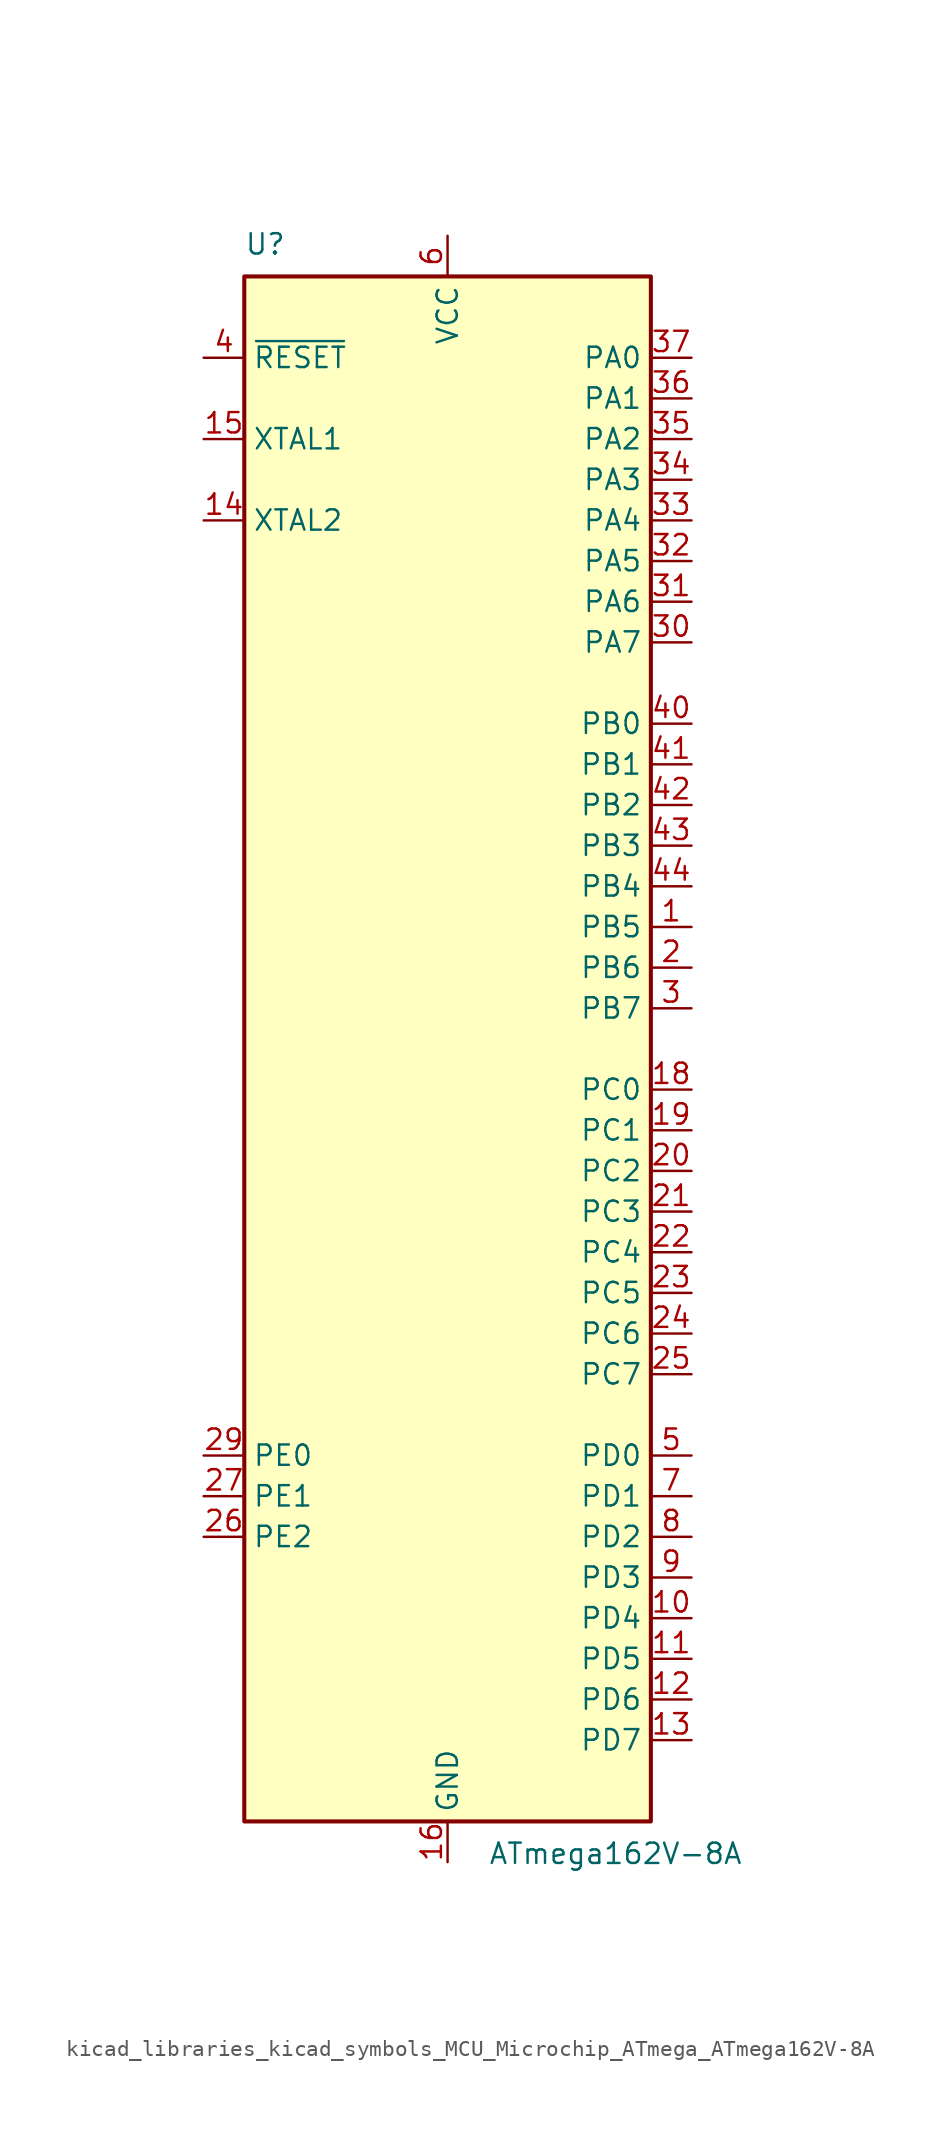
<source format=kicad_sym>
(kicad_symbol_lib
  (version 20220914)
  (generator kicad_symbol_editor)
  (symbol "kicad_libraries_kicad_symbols_MCU_Microchip_ATmega_ATmega162V-8A"
    (property "Reference" "U"
      (at -12.7 49.53 0)
      (effects (font (size 1.27 1.27)) (justify left bottom)))
    (property "Value" "ATmega162V-8A"
      (at 2.54 -49.53 0)
      (effects (font (size 1.27 1.27)) (justify left top)))
    (symbol "kicad_libraries_kicad_symbols_MCU_Microchip_ATmega_ATmega162V-8A_0_1"
      (rectangle (start -12.7 -48.26) (end 12.7 48.26) (stroke (width 0.254) (type default)) (fill (type background))))
    (symbol "kicad_libraries_kicad_symbols_MCU_Microchip_ATmega_ATmega162V-8A_1_1"
      (pin bidirectional line (at 15.24 7.62 180) (length 2.54) (name "PB5" (effects (font (size 1.27 1.27)))) (number "1" (effects (font (size 1.27 1.27)))))
      (pin bidirectional line (at 15.24 -35.56 180) (length 2.54) (name "PD4" (effects (font (size 1.27 1.27)))) (number "10" (effects (font (size 1.27 1.27)))))
      (pin bidirectional line (at 15.24 -38.1 180) (length 2.54) (name "PD5" (effects (font (size 1.27 1.27)))) (number "11" (effects (font (size 1.27 1.27)))))
      (pin bidirectional line (at 15.24 -40.64 180) (length 2.54) (name "PD6" (effects (font (size 1.27 1.27)))) (number "12" (effects (font (size 1.27 1.27)))))
      (pin bidirectional line (at 15.24 -43.18 180) (length 2.54) (name "PD7" (effects (font (size 1.27 1.27)))) (number "13" (effects (font (size 1.27 1.27)))))
      (pin output line (at -15.24 33.02 0) (length 2.54) (name "XTAL2" (effects (font (size 1.27 1.27)))) (number "14" (effects (font (size 1.27 1.27)))))
      (pin input line (at -15.24 38.1 0) (length 2.54) (name "XTAL1" (effects (font (size 1.27 1.27)))) (number "15" (effects (font (size 1.27 1.27)))))
      (pin power_in line (at 0 -50.8 90) (length 2.54) (name "GND" (effects (font (size 1.27 1.27)))) (number "16" (effects (font (size 1.27 1.27)))))
      (pin passive line (at 0 50.8 270) (length 2.54) hide (name "VCC" (effects (font (size 1.27 1.27)))) (number "17" (effects (font (size 1.27 1.27)))))
      (pin bidirectional line (at 15.24 -2.54 180) (length 2.54) (name "PC0" (effects (font (size 1.27 1.27)))) (number "18" (effects (font (size 1.27 1.27)))))
      (pin bidirectional line (at 15.24 -5.08 180) (length 2.54) (name "PC1" (effects (font (size 1.27 1.27)))) (number "19" (effects (font (size 1.27 1.27)))))
      (pin bidirectional line (at 15.24 5.08 180) (length 2.54) (name "PB6" (effects (font (size 1.27 1.27)))) (number "2" (effects (font (size 1.27 1.27)))))
      (pin bidirectional line (at 15.24 -7.62 180) (length 2.54) (name "PC2" (effects (font (size 1.27 1.27)))) (number "20" (effects (font (size 1.27 1.27)))))
      (pin bidirectional line (at 15.24 -10.16 180) (length 2.54) (name "PC3" (effects (font (size 1.27 1.27)))) (number "21" (effects (font (size 1.27 1.27)))))
      (pin bidirectional line (at 15.24 -12.7 180) (length 2.54) (name "PC4" (effects (font (size 1.27 1.27)))) (number "22" (effects (font (size 1.27 1.27)))))
      (pin bidirectional line (at 15.24 -15.24 180) (length 2.54) (name "PC5" (effects (font (size 1.27 1.27)))) (number "23" (effects (font (size 1.27 1.27)))))
      (pin bidirectional line (at 15.24 -17.78 180) (length 2.54) (name "PC6" (effects (font (size 1.27 1.27)))) (number "24" (effects (font (size 1.27 1.27)))))
      (pin bidirectional line (at 15.24 -20.32 180) (length 2.54) (name "PC7" (effects (font (size 1.27 1.27)))) (number "25" (effects (font (size 1.27 1.27)))))
      (pin bidirectional line (at -15.24 -30.48 0) (length 2.54) (name "PE2" (effects (font (size 1.27 1.27)))) (number "26" (effects (font (size 1.27 1.27)))))
      (pin bidirectional line (at -15.24 -27.94 0) (length 2.54) (name "PE1" (effects (font (size 1.27 1.27)))) (number "27" (effects (font (size 1.27 1.27)))))
      (pin passive line (at 0 -50.8 90) (length 2.54) hide (name "GND" (effects (font (size 1.27 1.27)))) (number "28" (effects (font (size 1.27 1.27)))))
      (pin bidirectional line (at -15.24 -25.4 0) (length 2.54) (name "PE0" (effects (font (size 1.27 1.27)))) (number "29" (effects (font (size 1.27 1.27)))))
      (pin bidirectional line (at 15.24 2.54 180) (length 2.54) (name "PB7" (effects (font (size 1.27 1.27)))) (number "3" (effects (font (size 1.27 1.27)))))
      (pin bidirectional line (at 15.24 25.4 180) (length 2.54) (name "PA7" (effects (font (size 1.27 1.27)))) (number "30" (effects (font (size 1.27 1.27)))))
      (pin bidirectional line (at 15.24 27.94 180) (length 2.54) (name "PA6" (effects (font (size 1.27 1.27)))) (number "31" (effects (font (size 1.27 1.27)))))
      (pin bidirectional line (at 15.24 30.48 180) (length 2.54) (name "PA5" (effects (font (size 1.27 1.27)))) (number "32" (effects (font (size 1.27 1.27)))))
      (pin bidirectional line (at 15.24 33.02 180) (length 2.54) (name "PA4" (effects (font (size 1.27 1.27)))) (number "33" (effects (font (size 1.27 1.27)))))
      (pin bidirectional line (at 15.24 35.56 180) (length 2.54) (name "PA3" (effects (font (size 1.27 1.27)))) (number "34" (effects (font (size 1.27 1.27)))))
      (pin bidirectional line (at 15.24 38.1 180) (length 2.54) (name "PA2" (effects (font (size 1.27 1.27)))) (number "35" (effects (font (size 1.27 1.27)))))
      (pin bidirectional line (at 15.24 40.64 180) (length 2.54) (name "PA1" (effects (font (size 1.27 1.27)))) (number "36" (effects (font (size 1.27 1.27)))))
      (pin bidirectional line (at 15.24 43.18 180) (length 2.54) (name "PA0" (effects (font (size 1.27 1.27)))) (number "37" (effects (font (size 1.27 1.27)))))
      (pin passive line (at 0 50.8 270) (length 2.54) hide (name "VCC" (effects (font (size 1.27 1.27)))) (number "38" (effects (font (size 1.27 1.27)))))
      (pin passive line (at 0 -50.8 90) (length 2.54) hide (name "GND" (effects (font (size 1.27 1.27)))) (number "39" (effects (font (size 1.27 1.27)))))
      (pin input line (at -15.24 43.18 0) (length 2.54) (name "~{RESET}" (effects (font (size 1.27 1.27)))) (number "4" (effects (font (size 1.27 1.27)))))
      (pin bidirectional line (at 15.24 20.32 180) (length 2.54) (name "PB0" (effects (font (size 1.27 1.27)))) (number "40" (effects (font (size 1.27 1.27)))))
      (pin bidirectional line (at 15.24 17.78 180) (length 2.54) (name "PB1" (effects (font (size 1.27 1.27)))) (number "41" (effects (font (size 1.27 1.27)))))
      (pin bidirectional line (at 15.24 15.24 180) (length 2.54) (name "PB2" (effects (font (size 1.27 1.27)))) (number "42" (effects (font (size 1.27 1.27)))))
      (pin bidirectional line (at 15.24 12.7 180) (length 2.54) (name "PB3" (effects (font (size 1.27 1.27)))) (number "43" (effects (font (size 1.27 1.27)))))
      (pin bidirectional line (at 15.24 10.16 180) (length 2.54) (name "PB4" (effects (font (size 1.27 1.27)))) (number "44" (effects (font (size 1.27 1.27)))))
      (pin bidirectional line (at 15.24 -25.4 180) (length 2.54) (name "PD0" (effects (font (size 1.27 1.27)))) (number "5" (effects (font (size 1.27 1.27)))))
      (pin power_in line (at 0 50.8 270) (length 2.54) (name "VCC" (effects (font (size 1.27 1.27)))) (number "6" (effects (font (size 1.27 1.27)))))
      (pin bidirectional line (at 15.24 -27.94 180) (length 2.54) (name "PD1" (effects (font (size 1.27 1.27)))) (number "7" (effects (font (size 1.27 1.27)))))
      (pin bidirectional line (at 15.24 -30.48 180) (length 2.54) (name "PD2" (effects (font (size 1.27 1.27)))) (number "8" (effects (font (size 1.27 1.27)))))
      (pin bidirectional line (at 15.24 -33.02 180) (length 2.54) (name "PD3" (effects (font (size 1.27 1.27)))) (number "9" (effects (font (size 1.27 1.27))))))))
</source>
